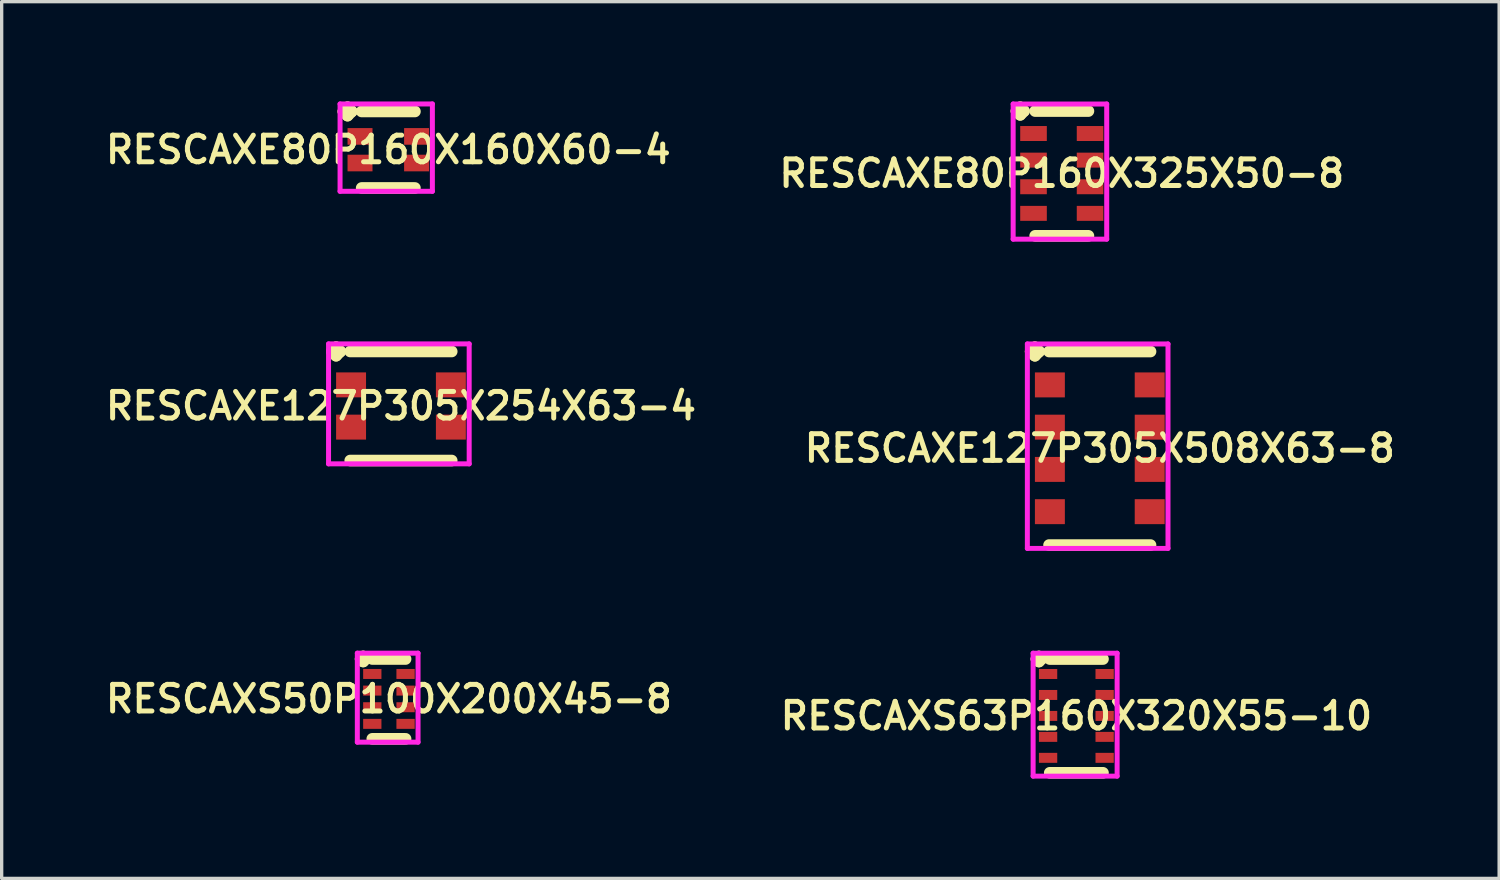
<source format=kicad_pcb>
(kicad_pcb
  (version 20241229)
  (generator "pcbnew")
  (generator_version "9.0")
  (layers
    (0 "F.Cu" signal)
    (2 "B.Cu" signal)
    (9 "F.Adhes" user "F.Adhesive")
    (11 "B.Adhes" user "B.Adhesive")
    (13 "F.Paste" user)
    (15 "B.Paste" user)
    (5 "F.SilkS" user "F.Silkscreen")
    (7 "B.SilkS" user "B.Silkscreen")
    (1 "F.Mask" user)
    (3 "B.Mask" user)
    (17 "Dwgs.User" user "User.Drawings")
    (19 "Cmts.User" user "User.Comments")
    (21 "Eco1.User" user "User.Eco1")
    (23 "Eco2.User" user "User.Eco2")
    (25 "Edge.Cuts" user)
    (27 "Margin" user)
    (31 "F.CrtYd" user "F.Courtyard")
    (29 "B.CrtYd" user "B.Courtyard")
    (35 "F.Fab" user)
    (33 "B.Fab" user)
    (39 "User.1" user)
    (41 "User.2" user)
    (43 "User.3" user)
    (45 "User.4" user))
  (footprint "RESCAXE127P305X254X63-4"
    (layer "F.Cu")
    (at 9.002 9.153)
    (property "Reference" "RESCAXE127P305X254X63-4" (at 0 0 0) (layer "F.SilkS") (effects (font (size 0.8 0.8) (thickness 0.15))))
    (attr smd)
    (fp_line (start -2.077 -1.639) (end -1.95 -1.766) (stroke (width 0.35) (type solid)) (layer "F.SilkS"))
    (fp_line (start -1.95 -1.766) (end -1.823 -1.639) (stroke (width 0.35) (type solid)) (layer "F.SilkS"))
    (fp_line (start -1.95 -1.512) (end -2.077 -1.639) (stroke (width 0.35) (type solid)) (layer "F.SilkS"))
    (fp_line (start -1.823 -1.639) (end -1.95 -1.512) (stroke (width 0.35) (type solid)) (layer "F.SilkS"))
    (fp_line (start -1.525 -1.639) (end 1.525 -1.639) (stroke (width 0.35) (type solid)) (layer "F.SilkS"))
    (fp_line (start -1.525 1.639) (end 1.525 1.639) (stroke (width 0.35) (type solid)) (layer "F.SilkS"))
    (fp_line (start -2.177 -1.866) (end 2.05 -1.866) (stroke (width 0.15) (type solid)) (layer "F.CrtYd"))
    (fp_line (start -2.177 1.739) (end -2.177 -1.866) (stroke (width 0.15) (type solid)) (layer "F.CrtYd"))
    (fp_line (start 2.05 -1.866) (end 2.05 1.739) (stroke (width 0.15) (type solid)) (layer "F.CrtYd"))
    (fp_line (start 2.05 1.739) (end -2.177 1.739) (stroke (width 0.15) (type solid)) (layer "F.CrtYd"))
    (pad "1" smd rect (at -1.5 -0.635) (size 0.9 0.75) (layers "F.Cu" "F.Mask" "F.Paste"))
    (pad "2" smd rect (at -1.5 0.635) (size 0.9 0.75) (layers "F.Cu" "F.Mask" "F.Paste"))
    (pad "3" smd rect (at 1.5 0.635) (size 0.9 0.75) (layers "F.Cu" "F.Mask" "F.Paste"))
    (pad "4" smd rect (at 1.5 -0.635) (size 0.9 0.75) (layers "F.Cu" "F.Mask" "F.Paste")))
  (footprint "RESCAXS50P100X200X45-8"
    (layer "F.Cu")
    (at 8.64 17.957)
    (property "Reference" "RESCAXS50P100X200X45-8" (at 0 0 0) (layer "F.SilkS") (effects (font (size 0.8 0.8) (thickness 0.15))))
    (attr through_hole)
    (fp_line (start -0.85 -1.2) (end -0.775 -1.275) (stroke (width 0.35) (type solid)) (layer "F.SilkS"))
    (fp_line (start -0.775 -1.275) (end -0.7 -1.2) (stroke (width 0.35) (type solid)) (layer "F.SilkS"))
    (fp_line (start -0.775 -1.125) (end -0.85 -1.2) (stroke (width 0.35) (type solid)) (layer "F.SilkS"))
    (fp_line (start -0.7 -1.2) (end -0.775 -1.125) (stroke (width 0.35) (type solid)) (layer "F.SilkS"))
    (fp_line (start -0.5 -1.2) (end 0.5 -1.2) (stroke (width 0.35) (type solid)) (layer "F.SilkS"))
    (fp_line (start -0.5 1.2) (end 0.5 1.2) (stroke (width 0.35) (type solid)) (layer "F.SilkS"))
    (fp_line (start -0.95 -1.375) (end 0.875 -1.375) (stroke (width 0.15) (type solid)) (layer "F.CrtYd"))
    (fp_line (start -0.95 1.3) (end -0.95 -1.375) (stroke (width 0.15) (type solid)) (layer "F.CrtYd"))
    (fp_line (start 0.875 -1.375) (end 0.875 1.3) (stroke (width 0.15) (type solid)) (layer "F.CrtYd"))
    (fp_line (start 0.875 1.3) (end -0.95 1.3) (stroke (width 0.15) (type solid)) (layer "F.CrtYd"))
    (pad "1" smd rect (at -0.5 -0.75) (size 0.55 0.3) (layers "F.Cu" "F.Mask" "F.Paste"))
    (pad "2" smd rect (at -0.5 -0.25) (size 0.55 0.3) (layers "F.Cu" "F.Mask" "F.Paste"))
    (pad "3" smd rect (at -0.5 0.25) (size 0.55 0.3) (layers "F.Cu" "F.Mask" "F.Paste"))
    (pad "4" smd rect (at -0.5 0.75) (size 0.55 0.3) (layers "F.Cu" "F.Mask" "F.Paste"))
    (pad "5" smd rect (at 0.5 0.75) (size 0.55 0.3) (layers "F.Cu" "F.Mask" "F.Paste"))
    (pad "6" smd rect (at 0.5 0.25) (size 0.55 0.3) (layers "F.Cu" "F.Mask" "F.Paste"))
    (pad "7" smd rect (at 0.5 -0.25) (size 0.55 0.3) (layers "F.Cu" "F.Mask" "F.Paste"))
    (pad "8" smd rect (at 0.5 -0.75) (size 0.55 0.3) (layers "F.Cu" "F.Mask" "F.Paste")))
  (footprint "RESCAXS63P160X320X55-10"
    (layer "F.Cu")
    (at 29.302 18.468)
    (property "Reference" "RESCAXS63P160X320X55-10" (at 0 0 0) (layer "F.SilkS") (effects (font (size 0.8 0.8) (thickness 0.15))))
    (attr smd)
    (fp_line (start -1.2 -1.71) (end -1.125 -1.785) (stroke (width 0.35) (type solid)) (layer "F.SilkS"))
    (fp_line (start -1.125 -1.785) (end -1.05 -1.71) (stroke (width 0.35) (type solid)) (layer "F.SilkS"))
    (fp_line (start -1.125 -1.635) (end -1.2 -1.71) (stroke (width 0.35) (type solid)) (layer "F.SilkS"))
    (fp_line (start -1.05 -1.71) (end -1.125 -1.635) (stroke (width 0.35) (type solid)) (layer "F.SilkS"))
    (fp_line (start -0.8 -1.71) (end 0.8 -1.71) (stroke (width 0.35) (type solid)) (layer "F.SilkS"))
    (fp_line (start -0.8 1.71) (end 0.8 1.71) (stroke (width 0.35) (type solid)) (layer "F.SilkS"))
    (fp_line (start -1.3 -1.885) (end 1.225 -1.885) (stroke (width 0.15) (type solid)) (layer "F.CrtYd"))
    (fp_line (start -1.3 1.81) (end -1.3 -1.885) (stroke (width 0.15) (type solid)) (layer "F.CrtYd"))
    (fp_line (start 1.225 -1.885) (end 1.225 1.81) (stroke (width 0.15) (type solid)) (layer "F.CrtYd"))
    (fp_line (start 1.225 1.81) (end -1.3 1.81) (stroke (width 0.15) (type solid)) (layer "F.CrtYd"))
    (pad "1" smd rect (at -0.85 -1.26) (size 0.55 0.3) (layers "F.Cu" "F.Mask" "F.Paste"))
    (pad "2" smd rect (at -0.85 -0.63) (size 0.55 0.3) (layers "F.Cu" "F.Mask" "F.Paste"))
    (pad "3" smd rect (at -0.85 0) (size 0.55 0.3) (layers "F.Cu" "F.Mask" "F.Paste"))
    (pad "4" smd rect (at -0.85 0.63) (size 0.55 0.3) (layers "F.Cu" "F.Mask" "F.Paste"))
    (pad "5" smd rect (at -0.85 1.26) (size 0.55 0.3) (layers "F.Cu" "F.Mask" "F.Paste"))
    (pad "6" smd rect (at 0.85 1.26) (size 0.55 0.3) (layers "F.Cu" "F.Mask" "F.Paste"))
    (pad "7" smd rect (at 0.85 0.63) (size 0.55 0.3) (layers "F.Cu" "F.Mask" "F.Paste"))
    (pad "8" smd rect (at 0.85 0) (size 0.55 0.3) (layers "F.Cu" "F.Mask" "F.Paste"))
    (pad "9" smd rect (at 0.85 -0.63) (size 0.55 0.3) (layers "F.Cu" "F.Mask" "F.Paste"))
    (pad "10" smd rect (at 0.85 -1.26) (size 0.55 0.3) (layers "F.Cu" "F.Mask" "F.Paste")))
  (footprint "RESCAXE80P160X160X60-4"
    (layer "F.Cu")
    (at 8.621 1.45)
    (property "Reference" "RESCAXE80P160X160X60-4" (at 0 0 0) (layer "F.SilkS") (effects (font (size 0.8 0.8) (thickness 0.15))))
    (attr smd)
    (fp_line (start -1.35 -1.15) (end -1.225 -1.275) (stroke (width 0.35) (type solid)) (layer "F.SilkS"))
    (fp_line (start -1.225 -1.275) (end -1.1 -1.15) (stroke (width 0.35) (type solid)) (layer "F.SilkS"))
    (fp_line (start -1.225 -1.025) (end -1.35 -1.15) (stroke (width 0.35) (type solid)) (layer "F.SilkS"))
    (fp_line (start -1.1 -1.15) (end -1.225 -1.025) (stroke (width 0.35) (type solid)) (layer "F.SilkS"))
    (fp_line (start -0.8 -1.15) (end 0.8 -1.15) (stroke (width 0.35) (type solid)) (layer "F.SilkS"))
    (fp_line (start -0.8 1.15) (end 0.8 1.15) (stroke (width 0.35) (type solid)) (layer "F.SilkS"))
    (fp_line (start -1.45 -1.375) (end 1.325 -1.375) (stroke (width 0.15) (type solid)) (layer "F.CrtYd"))
    (fp_line (start -1.45 1.25) (end -1.45 -1.375) (stroke (width 0.15) (type solid)) (layer "F.CrtYd"))
    (fp_line (start 1.325 -1.375) (end 1.325 1.25) (stroke (width 0.15) (type solid)) (layer "F.CrtYd"))
    (fp_line (start 1.325 1.25) (end -1.45 1.25) (stroke (width 0.15) (type solid)) (layer "F.CrtYd"))
    (pad "1" smd rect (at -0.85 -0.4) (size 0.75 0.5) (layers "F.Cu" "F.Mask" "F.Paste"))
    (pad "2" smd rect (at -0.85 0.4) (size 0.75 0.5) (layers "F.Cu" "F.Mask" "F.Paste"))
    (pad "3" smd rect (at 0.85 0.4) (size 0.75 0.5) (layers "F.Cu" "F.Mask" "F.Paste"))
    (pad "4" smd rect (at 0.85 -0.4) (size 0.75 0.5) (layers "F.Cu" "F.Mask" "F.Paste")))
  (footprint "RESCAXE80P160X325X50-8"
    (layer "F.Cu")
    (at 28.864 2.163)
    (property "Reference" "RESCAXE80P160X325X50-8" (at 0 0 0) (layer "F.SilkS") (effects (font (size 0.8 0.8) (thickness 0.15))))
    (attr through_hole)
    (fp_line (start -1.363 -1.875) (end -1.25 -1.988) (stroke (width 0.35) (type solid)) (layer "F.SilkS"))
    (fp_line (start -1.25 -1.988) (end -1.137 -1.875) (stroke (width 0.35) (type solid)) (layer "F.SilkS"))
    (fp_line (start -1.25 -1.762) (end -1.363 -1.875) (stroke (width 0.35) (type solid)) (layer "F.SilkS"))
    (fp_line (start -1.137 -1.875) (end -1.25 -1.762) (stroke (width 0.35) (type solid)) (layer "F.SilkS"))
    (fp_line (start -0.8 -1.875) (end 0.8 -1.875) (stroke (width 0.35) (type solid)) (layer "F.SilkS"))
    (fp_line (start -0.8 1.875) (end 0.8 1.875) (stroke (width 0.35) (type solid)) (layer "F.SilkS"))
    (fp_line (start -1.462 -2.087) (end 1.35 -2.087) (stroke (width 0.15) (type solid)) (layer "F.CrtYd"))
    (fp_line (start -1.462 1.975) (end -1.462 -2.087) (stroke (width 0.15) (type solid)) (layer "F.CrtYd"))
    (fp_line (start 1.35 -2.087) (end 1.35 1.975) (stroke (width 0.15) (type solid)) (layer "F.CrtYd"))
    (fp_line (start 1.35 1.975) (end -1.462 1.975) (stroke (width 0.15) (type solid)) (layer "F.CrtYd"))
    (pad "1" smd rect (at -0.85 -1.2) (size 0.8 0.45) (layers "F.Cu" "F.Mask" "F.Paste"))
    (pad "2" smd rect (at -0.85 -0.4) (size 0.8 0.45) (layers "F.Cu" "F.Mask" "F.Paste"))
    (pad "3" smd rect (at -0.85 0.4) (size 0.8 0.45) (layers "F.Cu" "F.Mask" "F.Paste"))
    (pad "4" smd rect (at -0.85 1.2) (size 0.8 0.45) (layers "F.Cu" "F.Mask" "F.Paste"))
    (pad "5" smd rect (at 0.85 1.2) (size 0.8 0.45) (layers "F.Cu" "F.Mask" "F.Paste"))
    (pad "6" smd rect (at 0.85 0.4) (size 0.8 0.45) (layers "F.Cu" "F.Mask" "F.Paste"))
    (pad "7" smd rect (at 0.85 -0.4) (size 0.8 0.45) (layers "F.Cu" "F.Mask" "F.Paste"))
    (pad "8" smd rect (at 0.85 -1.2) (size 0.8 0.45) (layers "F.Cu" "F.Mask" "F.Paste")))
  (footprint "RESCAXE127P305X508X63-8"
    (layer "F.Cu")
    (at 30.006 10.424)
    (property "Reference" "RESCAXE127P305X508X63-8" (at 0 0 0) (layer "F.SilkS") (effects (font (size 0.8 0.8) (thickness 0.15))))
    (attr through_hole)
    (fp_line (start -2.077 -2.909) (end -1.95 -3.036) (stroke (width 0.35) (type solid)) (layer "F.SilkS"))
    (fp_line (start -1.95 -3.036) (end -1.823 -2.909) (stroke (width 0.35) (type solid)) (layer "F.SilkS"))
    (fp_line (start -1.95 -2.782) (end -2.077 -2.909) (stroke (width 0.35) (type solid)) (layer "F.SilkS"))
    (fp_line (start -1.823 -2.909) (end -1.95 -2.782) (stroke (width 0.35) (type solid)) (layer "F.SilkS"))
    (fp_line (start -1.525 -2.909) (end 1.525 -2.909) (stroke (width 0.35) (type solid)) (layer "F.SilkS"))
    (fp_line (start -1.525 2.909) (end 1.525 2.909) (stroke (width 0.35) (type solid)) (layer "F.SilkS"))
    (fp_line (start -2.177 -3.136) (end 2.05 -3.136) (stroke (width 0.15) (type solid)) (layer "F.CrtYd"))
    (fp_line (start -2.177 3.009) (end -2.177 -3.136) (stroke (width 0.15) (type solid)) (layer "F.CrtYd"))
    (fp_line (start 2.05 -3.136) (end 2.05 3.009) (stroke (width 0.15) (type solid)) (layer "F.CrtYd"))
    (fp_line (start 2.05 3.009) (end -2.177 3.009) (stroke (width 0.15) (type solid)) (layer "F.CrtYd"))
    (pad "1" smd rect (at -1.5 -1.905) (size 0.9 0.75) (layers "F.Cu" "F.Mask" "F.Paste"))
    (pad "2" smd rect (at -1.5 -0.635) (size 0.9 0.75) (layers "F.Cu" "F.Mask" "F.Paste"))
    (pad "3" smd rect (at -1.5 0.635) (size 0.9 0.75) (layers "F.Cu" "F.Mask" "F.Paste"))
    (pad "4" smd rect (at -1.5 1.905) (size 0.9 0.75) (layers "F.Cu" "F.Mask" "F.Paste"))
    (pad "5" smd rect (at 1.5 1.905) (size 0.9 0.75) (layers "F.Cu" "F.Mask" "F.Paste"))
    (pad "6" smd rect (at 1.5 0.635) (size 0.9 0.75) (layers "F.Cu" "F.Mask" "F.Paste"))
    (pad "7" smd rect (at 1.5 -0.635) (size 0.9 0.75) (layers "F.Cu" "F.Mask" "F.Paste"))
    (pad "8" smd rect (at 1.5 -1.905) (size 0.9 0.75) (layers "F.Cu" "F.Mask" "F.Paste")))
  (gr_rect
    (start -3 -3)
    (end 42.009 23.352)
    (stroke (width 0.1) (type default))
    (fill no)
    (layer "Edge.Cuts")))
</source>
